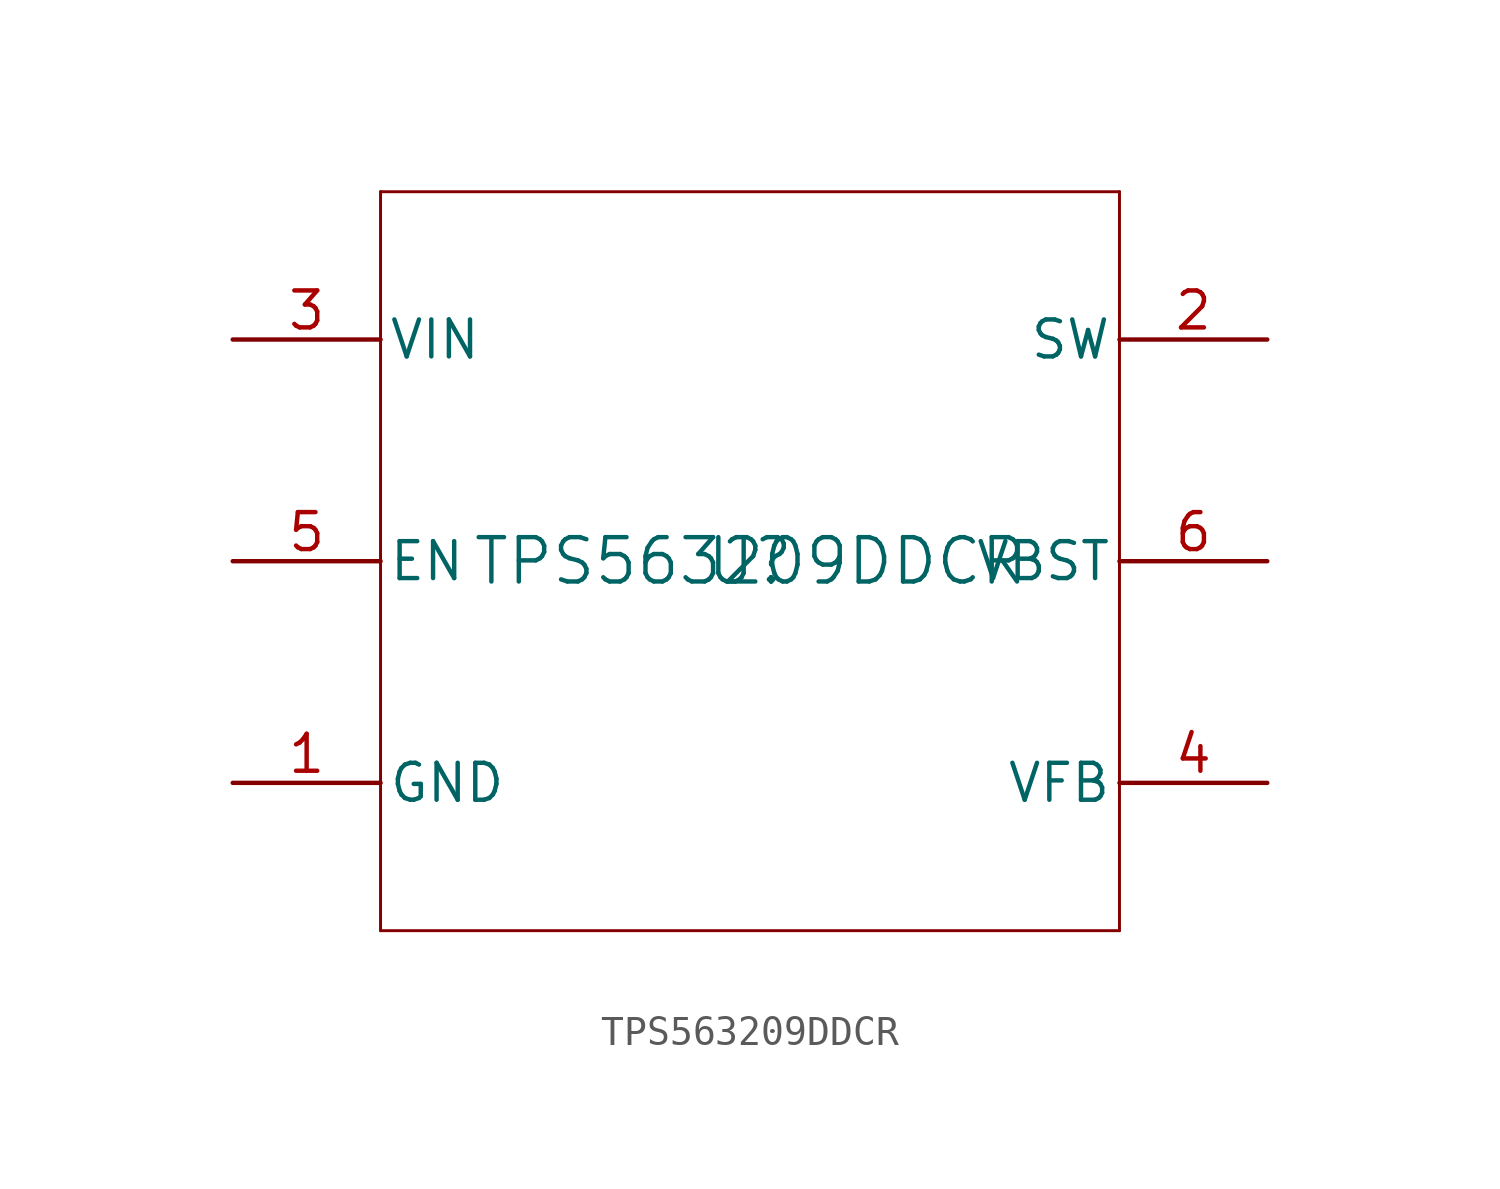
<source format=kicad_sym>
(kicad_symbol_lib
  (version 20211014)
  (generator kicad_symbol_editor)
  (symbol "TPS563209DDCR"
    (pin_names
      (offset 0.254))
    (property "Reference" "U"
      (at 0 0 0)
      (effects (font (size 1.524 1.524))))
    (property "Value" "TPS563209DDCR"
      (at 0 0 0)
      (effects (font (size 1.524 1.524))))
    (symbol "TPS563209DDCR_0_1"
      (polyline (pts (xy -12.7 -12.7) (xy 12.7 -12.7)) (stroke (width 0.102) (type default) (color 0 0 0 0)) (fill (type none)))
      (polyline (pts (xy 12.7 -12.7) (xy 12.7 12.7)) (stroke (width 0.102) (type default) (color 0 0 0 0)) (fill (type none)))
      (polyline (pts (xy 12.7 12.7) (xy -12.7 12.7)) (stroke (width 0.102) (type default) (color 0 0 0 0)) (fill (type none)))
      (polyline (pts (xy -12.7 12.7) (xy -12.7 -12.7)) (stroke (width 0.102) (type default) (color 0 0 0 0)) (fill (type none)))
      (pin power_in line (at -17.78 -7.62 0) (length 5.08) (name "GND" (effects (font (size 1.27 1.27)))) (number "1" (effects (font (size 1.27 1.27)))))
      (pin power_in line (at 17.78 7.62 180) (length 5.08) (name "SW" (effects (font (size 1.27 1.27)))) (number "2" (effects (font (size 1.27 1.27)))))
      (pin power_in line (at -17.78 7.62 0) (length 5.08) (name "VIN" (effects (font (size 1.27 1.27)))) (number "3" (effects (font (size 1.27 1.27)))))
      (pin input line (at 17.78 -7.62 180) (length 5.08) (name "VFB" (effects (font (size 1.27 1.27)))) (number "4" (effects (font (size 1.27 1.27)))))
      (pin input line (at -17.78 0 0) (length 5.08) (name "EN" (effects (font (size 1.27 1.27)))) (number "5" (effects (font (size 1.27 1.27)))))
      (pin power_in line (at 17.78 0 180) (length 5.08) (name "VBST" (effects (font (size 1.27 1.27)))) (number "6" (effects (font (size 1.27 1.27))))))))
</source>
